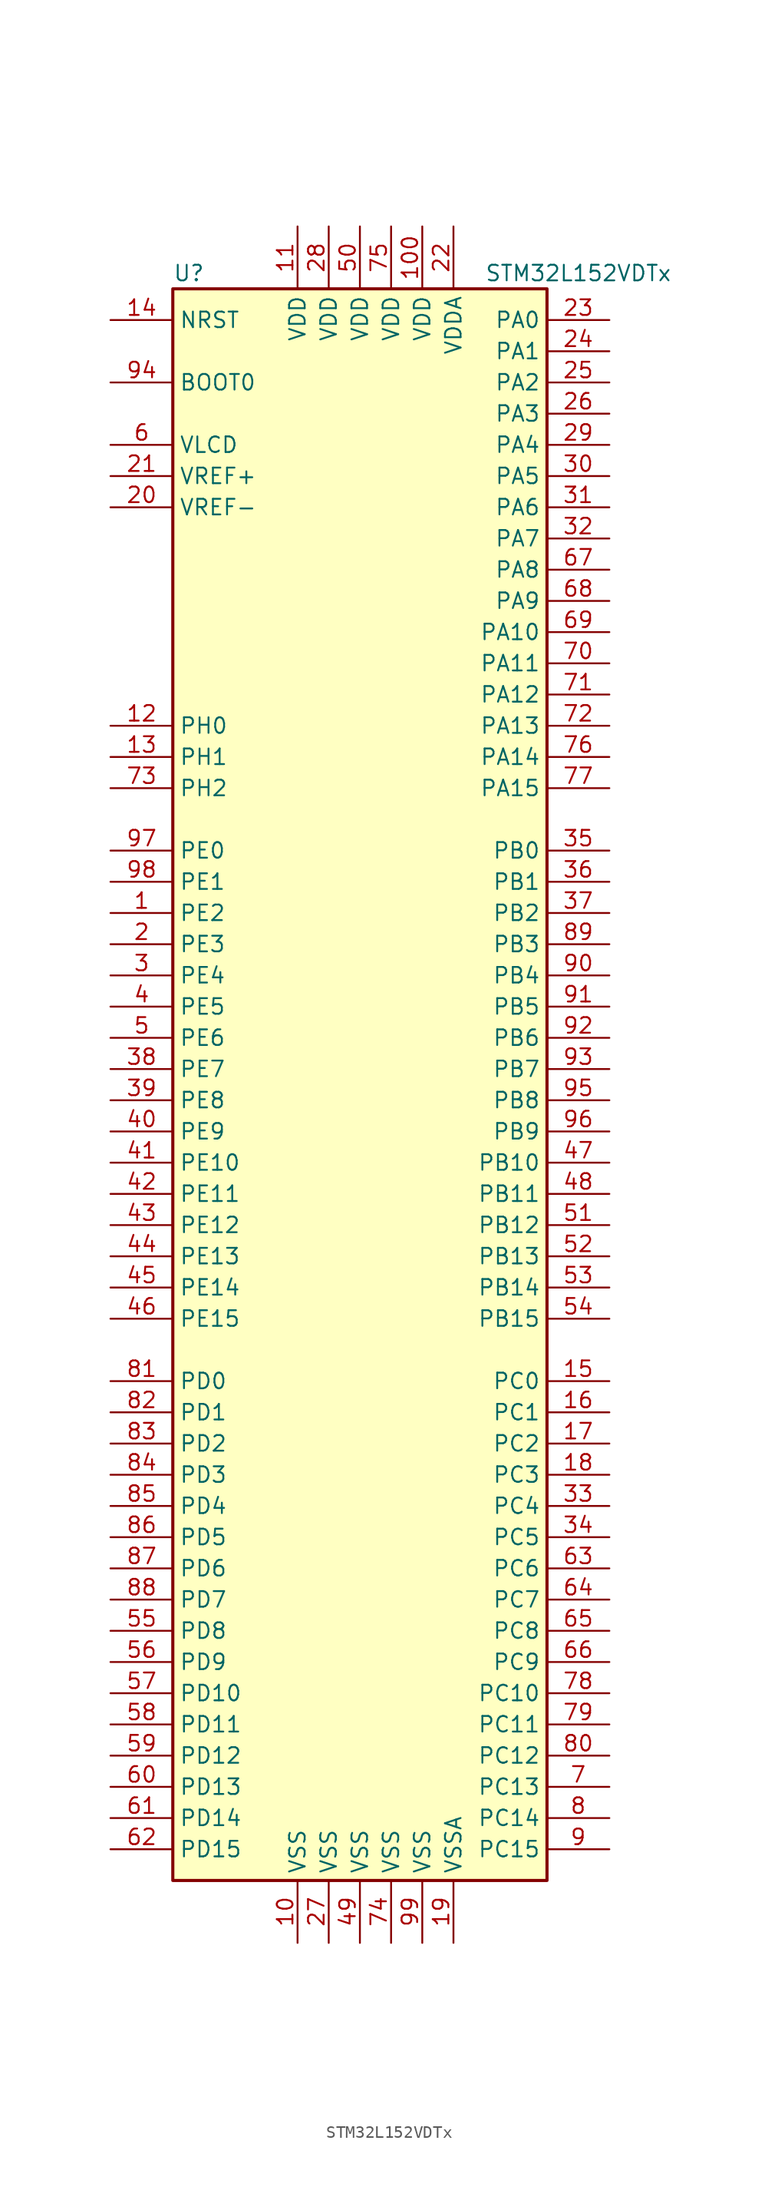
<source format=kicad_sym>
(kicad_symbol_lib
  (version 20201005)
  (generator kicad_symbol_editor)
  (symbol "STM32L152VDTx"
    (property "Reference" "U"
      (at -15.24 64.77 0)
      (effects (font (size 1.27 1.27)) (justify left)))
    (property "Value" "STM32L152VDTx"
      (at 10.16 64.77 0)
      (effects (font (size 1.27 1.27)) (justify left)))
    (symbol "STM32L152VDTx_0_1"
      (rectangle (start -15.24 -66.04) (end 15.24 63.5) (stroke (width 0.254)) (fill (type background))))
    (symbol "STM32L152VDTx_1_1"
      (pin bidirectional line (at -20.32 12.7 0) (length 5.08) (name "PE2" (effects (font (size 1.27 1.27)))) (number "1" (effects (font (size 1.27 1.27)))))
      (pin power_in line (at -5.08 -71.12 90) (length 5.08) (name "VSS" (effects (font (size 1.27 1.27)))) (number "10" (effects (font (size 1.27 1.27)))))
      (pin power_in line (at 5.08 68.58 270) (length 5.08) (name "VDD" (effects (font (size 1.27 1.27)))) (number "100" (effects (font (size 1.27 1.27)))))
      (pin power_in line (at -5.08 68.58 270) (length 5.08) (name "VDD" (effects (font (size 1.27 1.27)))) (number "11" (effects (font (size 1.27 1.27)))))
      (pin input line (at -20.32 27.94 0) (length 5.08) (name "PH0" (effects (font (size 1.27 1.27)))) (number "12" (effects (font (size 1.27 1.27)))))
      (pin input line (at -20.32 25.4 0) (length 5.08) (name "PH1" (effects (font (size 1.27 1.27)))) (number "13" (effects (font (size 1.27 1.27)))))
      (pin input line (at -20.32 60.96 0) (length 5.08) (name "NRST" (effects (font (size 1.27 1.27)))) (number "14" (effects (font (size 1.27 1.27)))))
      (pin bidirectional line (at 20.32 -25.4 180) (length 5.08) (name "PC0" (effects (font (size 1.27 1.27)))) (number "15" (effects (font (size 1.27 1.27)))))
      (pin bidirectional line (at 20.32 -27.94 180) (length 5.08) (name "PC1" (effects (font (size 1.27 1.27)))) (number "16" (effects (font (size 1.27 1.27)))))
      (pin bidirectional line (at 20.32 -30.48 180) (length 5.08) (name "PC2" (effects (font (size 1.27 1.27)))) (number "17" (effects (font (size 1.27 1.27)))))
      (pin bidirectional line (at 20.32 -33.02 180) (length 5.08) (name "PC3" (effects (font (size 1.27 1.27)))) (number "18" (effects (font (size 1.27 1.27)))))
      (pin power_in line (at 7.62 -71.12 90) (length 5.08) (name "VSSA" (effects (font (size 1.27 1.27)))) (number "19" (effects (font (size 1.27 1.27)))))
      (pin bidirectional line (at -20.32 10.16 0) (length 5.08) (name "PE3" (effects (font (size 1.27 1.27)))) (number "2" (effects (font (size 1.27 1.27)))))
      (pin power_in line (at -20.32 45.72 0) (length 5.08) (name "VREF-" (effects (font (size 1.27 1.27)))) (number "20" (effects (font (size 1.27 1.27)))))
      (pin power_in line (at -20.32 48.26 0) (length 5.08) (name "VREF+" (effects (font (size 1.27 1.27)))) (number "21" (effects (font (size 1.27 1.27)))))
      (pin power_in line (at 7.62 68.58 270) (length 5.08) (name "VDDA" (effects (font (size 1.27 1.27)))) (number "22" (effects (font (size 1.27 1.27)))))
      (pin bidirectional line (at 20.32 60.96 180) (length 5.08) (name "PA0" (effects (font (size 1.27 1.27)))) (number "23" (effects (font (size 1.27 1.27)))))
      (pin bidirectional line (at 20.32 58.42 180) (length 5.08) (name "PA1" (effects (font (size 1.27 1.27)))) (number "24" (effects (font (size 1.27 1.27)))))
      (pin bidirectional line (at 20.32 55.88 180) (length 5.08) (name "PA2" (effects (font (size 1.27 1.27)))) (number "25" (effects (font (size 1.27 1.27)))))
      (pin bidirectional line (at 20.32 53.34 180) (length 5.08) (name "PA3" (effects (font (size 1.27 1.27)))) (number "26" (effects (font (size 1.27 1.27)))))
      (pin power_in line (at -2.54 -71.12 90) (length 5.08) (name "VSS" (effects (font (size 1.27 1.27)))) (number "27" (effects (font (size 1.27 1.27)))))
      (pin power_in line (at -2.54 68.58 270) (length 5.08) (name "VDD" (effects (font (size 1.27 1.27)))) (number "28" (effects (font (size 1.27 1.27)))))
      (pin bidirectional line (at 20.32 50.8 180) (length 5.08) (name "PA4" (effects (font (size 1.27 1.27)))) (number "29" (effects (font (size 1.27 1.27)))))
      (pin bidirectional line (at -20.32 7.62 0) (length 5.08) (name "PE4" (effects (font (size 1.27 1.27)))) (number "3" (effects (font (size 1.27 1.27)))))
      (pin bidirectional line (at 20.32 48.26 180) (length 5.08) (name "PA5" (effects (font (size 1.27 1.27)))) (number "30" (effects (font (size 1.27 1.27)))))
      (pin bidirectional line (at 20.32 45.72 180) (length 5.08) (name "PA6" (effects (font (size 1.27 1.27)))) (number "31" (effects (font (size 1.27 1.27)))))
      (pin bidirectional line (at 20.32 43.18 180) (length 5.08) (name "PA7" (effects (font (size 1.27 1.27)))) (number "32" (effects (font (size 1.27 1.27)))))
      (pin bidirectional line (at 20.32 -35.56 180) (length 5.08) (name "PC4" (effects (font (size 1.27 1.27)))) (number "33" (effects (font (size 1.27 1.27)))))
      (pin bidirectional line (at 20.32 -38.1 180) (length 5.08) (name "PC5" (effects (font (size 1.27 1.27)))) (number "34" (effects (font (size 1.27 1.27)))))
      (pin bidirectional line (at 20.32 17.78 180) (length 5.08) (name "PB0" (effects (font (size 1.27 1.27)))) (number "35" (effects (font (size 1.27 1.27)))))
      (pin bidirectional line (at 20.32 15.24 180) (length 5.08) (name "PB1" (effects (font (size 1.27 1.27)))) (number "36" (effects (font (size 1.27 1.27)))))
      (pin bidirectional line (at 20.32 12.7 180) (length 5.08) (name "PB2" (effects (font (size 1.27 1.27)))) (number "37" (effects (font (size 1.27 1.27)))))
      (pin bidirectional line (at -20.32 0 0) (length 5.08) (name "PE7" (effects (font (size 1.27 1.27)))) (number "38" (effects (font (size 1.27 1.27)))))
      (pin bidirectional line (at -20.32 -2.54 0) (length 5.08) (name "PE8" (effects (font (size 1.27 1.27)))) (number "39" (effects (font (size 1.27 1.27)))))
      (pin bidirectional line (at -20.32 5.08 0) (length 5.08) (name "PE5" (effects (font (size 1.27 1.27)))) (number "4" (effects (font (size 1.27 1.27)))))
      (pin bidirectional line (at -20.32 -5.08 0) (length 5.08) (name "PE9" (effects (font (size 1.27 1.27)))) (number "40" (effects (font (size 1.27 1.27)))))
      (pin bidirectional line (at -20.32 -7.62 0) (length 5.08) (name "PE10" (effects (font (size 1.27 1.27)))) (number "41" (effects (font (size 1.27 1.27)))))
      (pin bidirectional line (at -20.32 -10.16 0) (length 5.08) (name "PE11" (effects (font (size 1.27 1.27)))) (number "42" (effects (font (size 1.27 1.27)))))
      (pin bidirectional line (at -20.32 -12.7 0) (length 5.08) (name "PE12" (effects (font (size 1.27 1.27)))) (number "43" (effects (font (size 1.27 1.27)))))
      (pin bidirectional line (at -20.32 -15.24 0) (length 5.08) (name "PE13" (effects (font (size 1.27 1.27)))) (number "44" (effects (font (size 1.27 1.27)))))
      (pin bidirectional line (at -20.32 -17.78 0) (length 5.08) (name "PE14" (effects (font (size 1.27 1.27)))) (number "45" (effects (font (size 1.27 1.27)))))
      (pin bidirectional line (at -20.32 -20.32 0) (length 5.08) (name "PE15" (effects (font (size 1.27 1.27)))) (number "46" (effects (font (size 1.27 1.27)))))
      (pin bidirectional line (at 20.32 -7.62 180) (length 5.08) (name "PB10" (effects (font (size 1.27 1.27)))) (number "47" (effects (font (size 1.27 1.27)))))
      (pin bidirectional line (at 20.32 -10.16 180) (length 5.08) (name "PB11" (effects (font (size 1.27 1.27)))) (number "48" (effects (font (size 1.27 1.27)))))
      (pin power_in line (at 0 -71.12 90) (length 5.08) (name "VSS" (effects (font (size 1.27 1.27)))) (number "49" (effects (font (size 1.27 1.27)))))
      (pin bidirectional line (at -20.32 2.54 0) (length 5.08) (name "PE6" (effects (font (size 1.27 1.27)))) (number "5" (effects (font (size 1.27 1.27)))))
      (pin power_in line (at 0 68.58 270) (length 5.08) (name "VDD" (effects (font (size 1.27 1.27)))) (number "50" (effects (font (size 1.27 1.27)))))
      (pin bidirectional line (at 20.32 -12.7 180) (length 5.08) (name "PB12" (effects (font (size 1.27 1.27)))) (number "51" (effects (font (size 1.27 1.27)))))
      (pin bidirectional line (at 20.32 -15.24 180) (length 5.08) (name "PB13" (effects (font (size 1.27 1.27)))) (number "52" (effects (font (size 1.27 1.27)))))
      (pin bidirectional line (at 20.32 -17.78 180) (length 5.08) (name "PB14" (effects (font (size 1.27 1.27)))) (number "53" (effects (font (size 1.27 1.27)))))
      (pin bidirectional line (at 20.32 -20.32 180) (length 5.08) (name "PB15" (effects (font (size 1.27 1.27)))) (number "54" (effects (font (size 1.27 1.27)))))
      (pin bidirectional line (at -20.32 -45.72 0) (length 5.08) (name "PD8" (effects (font (size 1.27 1.27)))) (number "55" (effects (font (size 1.27 1.27)))))
      (pin bidirectional line (at -20.32 -48.26 0) (length 5.08) (name "PD9" (effects (font (size 1.27 1.27)))) (number "56" (effects (font (size 1.27 1.27)))))
      (pin bidirectional line (at -20.32 -50.8 0) (length 5.08) (name "PD10" (effects (font (size 1.27 1.27)))) (number "57" (effects (font (size 1.27 1.27)))))
      (pin bidirectional line (at -20.32 -53.34 0) (length 5.08) (name "PD11" (effects (font (size 1.27 1.27)))) (number "58" (effects (font (size 1.27 1.27)))))
      (pin bidirectional line (at -20.32 -55.88 0) (length 5.08) (name "PD12" (effects (font (size 1.27 1.27)))) (number "59" (effects (font (size 1.27 1.27)))))
      (pin power_in line (at -20.32 50.8 0) (length 5.08) (name "VLCD" (effects (font (size 1.27 1.27)))) (number "6" (effects (font (size 1.27 1.27)))))
      (pin bidirectional line (at -20.32 -58.42 0) (length 5.08) (name "PD13" (effects (font (size 1.27 1.27)))) (number "60" (effects (font (size 1.27 1.27)))))
      (pin bidirectional line (at -20.32 -60.96 0) (length 5.08) (name "PD14" (effects (font (size 1.27 1.27)))) (number "61" (effects (font (size 1.27 1.27)))))
      (pin bidirectional line (at -20.32 -63.5 0) (length 5.08) (name "PD15" (effects (font (size 1.27 1.27)))) (number "62" (effects (font (size 1.27 1.27)))))
      (pin bidirectional line (at 20.32 -40.64 180) (length 5.08) (name "PC6" (effects (font (size 1.27 1.27)))) (number "63" (effects (font (size 1.27 1.27)))))
      (pin bidirectional line (at 20.32 -43.18 180) (length 5.08) (name "PC7" (effects (font (size 1.27 1.27)))) (number "64" (effects (font (size 1.27 1.27)))))
      (pin bidirectional line (at 20.32 -45.72 180) (length 5.08) (name "PC8" (effects (font (size 1.27 1.27)))) (number "65" (effects (font (size 1.27 1.27)))))
      (pin bidirectional line (at 20.32 -48.26 180) (length 5.08) (name "PC9" (effects (font (size 1.27 1.27)))) (number "66" (effects (font (size 1.27 1.27)))))
      (pin bidirectional line (at 20.32 40.64 180) (length 5.08) (name "PA8" (effects (font (size 1.27 1.27)))) (number "67" (effects (font (size 1.27 1.27)))))
      (pin bidirectional line (at 20.32 38.1 180) (length 5.08) (name "PA9" (effects (font (size 1.27 1.27)))) (number "68" (effects (font (size 1.27 1.27)))))
      (pin bidirectional line (at 20.32 35.56 180) (length 5.08) (name "PA10" (effects (font (size 1.27 1.27)))) (number "69" (effects (font (size 1.27 1.27)))))
      (pin bidirectional line (at 20.32 -58.42 180) (length 5.08) (name "PC13" (effects (font (size 1.27 1.27)))) (number "7" (effects (font (size 1.27 1.27)))))
      (pin bidirectional line (at 20.32 33.02 180) (length 5.08) (name "PA11" (effects (font (size 1.27 1.27)))) (number "70" (effects (font (size 1.27 1.27)))))
      (pin bidirectional line (at 20.32 30.48 180) (length 5.08) (name "PA12" (effects (font (size 1.27 1.27)))) (number "71" (effects (font (size 1.27 1.27)))))
      (pin bidirectional line (at 20.32 27.94 180) (length 5.08) (name "PA13" (effects (font (size 1.27 1.27)))) (number "72" (effects (font (size 1.27 1.27)))))
      (pin bidirectional line (at -20.32 22.86 0) (length 5.08) (name "PH2" (effects (font (size 1.27 1.27)))) (number "73" (effects (font (size 1.27 1.27)))))
      (pin power_in line (at 2.54 -71.12 90) (length 5.08) (name "VSS" (effects (font (size 1.27 1.27)))) (number "74" (effects (font (size 1.27 1.27)))))
      (pin power_in line (at 2.54 68.58 270) (length 5.08) (name "VDD" (effects (font (size 1.27 1.27)))) (number "75" (effects (font (size 1.27 1.27)))))
      (pin bidirectional line (at 20.32 25.4 180) (length 5.08) (name "PA14" (effects (font (size 1.27 1.27)))) (number "76" (effects (font (size 1.27 1.27)))))
      (pin bidirectional line (at 20.32 22.86 180) (length 5.08) (name "PA15" (effects (font (size 1.27 1.27)))) (number "77" (effects (font (size 1.27 1.27)))))
      (pin bidirectional line (at 20.32 -50.8 180) (length 5.08) (name "PC10" (effects (font (size 1.27 1.27)))) (number "78" (effects (font (size 1.27 1.27)))))
      (pin bidirectional line (at 20.32 -53.34 180) (length 5.08) (name "PC11" (effects (font (size 1.27 1.27)))) (number "79" (effects (font (size 1.27 1.27)))))
      (pin bidirectional line (at 20.32 -60.96 180) (length 5.08) (name "PC14" (effects (font (size 1.27 1.27)))) (number "8" (effects (font (size 1.27 1.27)))))
      (pin bidirectional line (at 20.32 -55.88 180) (length 5.08) (name "PC12" (effects (font (size 1.27 1.27)))) (number "80" (effects (font (size 1.27 1.27)))))
      (pin bidirectional line (at -20.32 -25.4 0) (length 5.08) (name "PD0" (effects (font (size 1.27 1.27)))) (number "81" (effects (font (size 1.27 1.27)))))
      (pin bidirectional line (at -20.32 -27.94 0) (length 5.08) (name "PD1" (effects (font (size 1.27 1.27)))) (number "82" (effects (font (size 1.27 1.27)))))
      (pin bidirectional line (at -20.32 -30.48 0) (length 5.08) (name "PD2" (effects (font (size 1.27 1.27)))) (number "83" (effects (font (size 1.27 1.27)))))
      (pin bidirectional line (at -20.32 -33.02 0) (length 5.08) (name "PD3" (effects (font (size 1.27 1.27)))) (number "84" (effects (font (size 1.27 1.27)))))
      (pin bidirectional line (at -20.32 -35.56 0) (length 5.08) (name "PD4" (effects (font (size 1.27 1.27)))) (number "85" (effects (font (size 1.27 1.27)))))
      (pin bidirectional line (at -20.32 -38.1 0) (length 5.08) (name "PD5" (effects (font (size 1.27 1.27)))) (number "86" (effects (font (size 1.27 1.27)))))
      (pin bidirectional line (at -20.32 -40.64 0) (length 5.08) (name "PD6" (effects (font (size 1.27 1.27)))) (number "87" (effects (font (size 1.27 1.27)))))
      (pin bidirectional line (at -20.32 -43.18 0) (length 5.08) (name "PD7" (effects (font (size 1.27 1.27)))) (number "88" (effects (font (size 1.27 1.27)))))
      (pin bidirectional line (at 20.32 10.16 180) (length 5.08) (name "PB3" (effects (font (size 1.27 1.27)))) (number "89" (effects (font (size 1.27 1.27)))))
      (pin bidirectional line (at 20.32 -63.5 180) (length 5.08) (name "PC15" (effects (font (size 1.27 1.27)))) (number "9" (effects (font (size 1.27 1.27)))))
      (pin bidirectional line (at 20.32 7.62 180) (length 5.08) (name "PB4" (effects (font (size 1.27 1.27)))) (number "90" (effects (font (size 1.27 1.27)))))
      (pin bidirectional line (at 20.32 5.08 180) (length 5.08) (name "PB5" (effects (font (size 1.27 1.27)))) (number "91" (effects (font (size 1.27 1.27)))))
      (pin bidirectional line (at 20.32 2.54 180) (length 5.08) (name "PB6" (effects (font (size 1.27 1.27)))) (number "92" (effects (font (size 1.27 1.27)))))
      (pin bidirectional line (at 20.32 0 180) (length 5.08) (name "PB7" (effects (font (size 1.27 1.27)))) (number "93" (effects (font (size 1.27 1.27)))))
      (pin input line (at -20.32 55.88 0) (length 5.08) (name "BOOT0" (effects (font (size 1.27 1.27)))) (number "94" (effects (font (size 1.27 1.27)))))
      (pin bidirectional line (at 20.32 -2.54 180) (length 5.08) (name "PB8" (effects (font (size 1.27 1.27)))) (number "95" (effects (font (size 1.27 1.27)))))
      (pin bidirectional line (at 20.32 -5.08 180) (length 5.08) (name "PB9" (effects (font (size 1.27 1.27)))) (number "96" (effects (font (size 1.27 1.27)))))
      (pin bidirectional line (at -20.32 17.78 0) (length 5.08) (name "PE0" (effects (font (size 1.27 1.27)))) (number "97" (effects (font (size 1.27 1.27)))))
      (pin bidirectional line (at -20.32 15.24 0) (length 5.08) (name "PE1" (effects (font (size 1.27 1.27)))) (number "98" (effects (font (size 1.27 1.27)))))
      (pin power_in line (at 5.08 -71.12 90) (length 5.08) (name "VSS" (effects (font (size 1.27 1.27)))) (number "99" (effects (font (size 1.27 1.27))))))))
</source>
